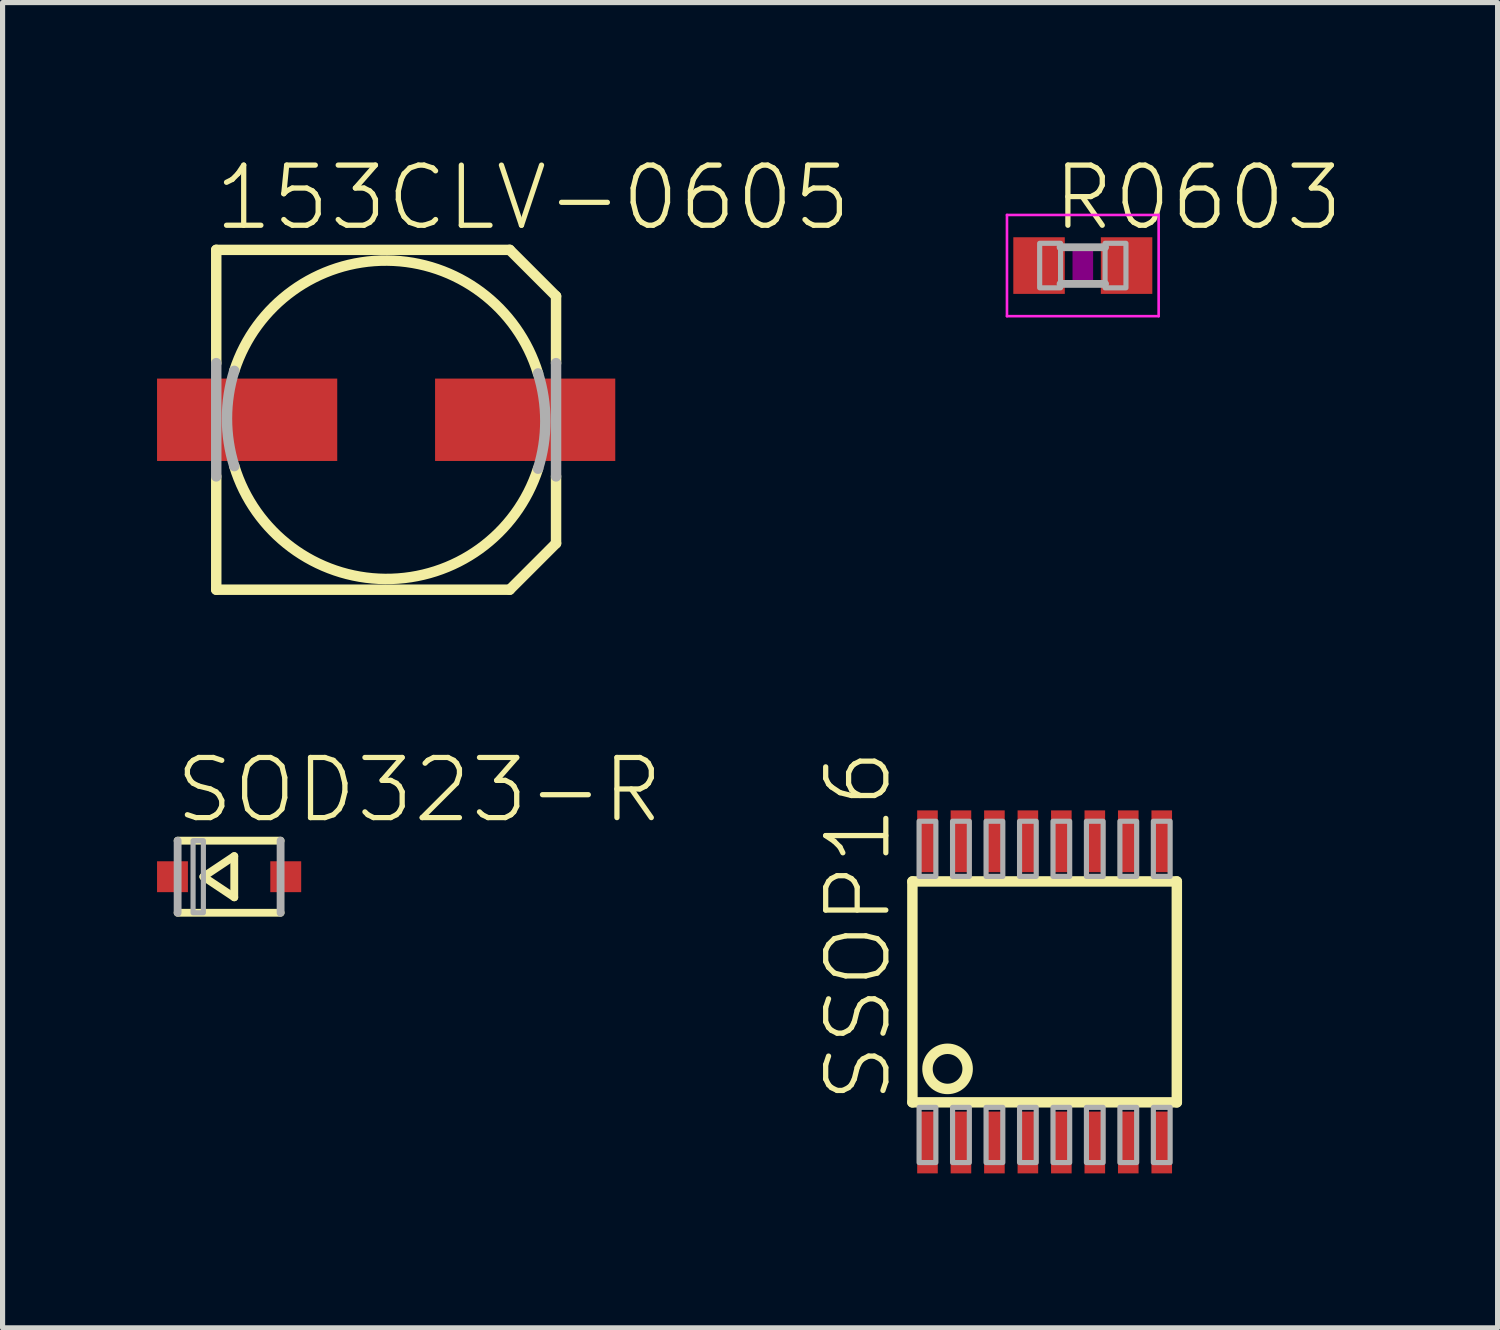
<source format=kicad_pcb>
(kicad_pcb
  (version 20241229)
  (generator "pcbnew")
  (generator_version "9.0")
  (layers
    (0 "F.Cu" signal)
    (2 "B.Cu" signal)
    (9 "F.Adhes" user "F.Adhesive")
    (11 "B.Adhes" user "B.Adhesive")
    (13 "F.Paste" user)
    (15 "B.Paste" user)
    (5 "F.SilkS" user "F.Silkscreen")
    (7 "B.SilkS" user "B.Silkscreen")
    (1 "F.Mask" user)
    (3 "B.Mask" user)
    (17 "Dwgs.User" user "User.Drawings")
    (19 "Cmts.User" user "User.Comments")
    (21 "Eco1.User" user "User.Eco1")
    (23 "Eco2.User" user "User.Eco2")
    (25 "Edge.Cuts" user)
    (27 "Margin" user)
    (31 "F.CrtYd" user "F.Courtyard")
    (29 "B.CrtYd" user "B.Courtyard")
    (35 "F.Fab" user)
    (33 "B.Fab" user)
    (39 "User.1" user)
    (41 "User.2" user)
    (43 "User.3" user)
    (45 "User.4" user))
  (footprint "R0603"
    (layer "F.Cu")
    (at 17.981 2.108)
    (property "Reference" "R0603" (at -0.635 -0.635 0) (layer "F.SilkS") (effects (font (size 1.168 1.168) (thickness 0.102)) (justify left bottom)))
    (fp_poly (pts (xy -0.2 0.4) (xy 0.2 0.4) (xy 0.2 -0.4) (xy -0.2 -0.4)) (stroke (width 0) (type solid)) (fill yes) (layer "F.Adhes"))
    (fp_line (start -1.473 -0.983) (end 1.473 -0.983) (stroke (width 0.051) (type solid)) (layer "F.CrtYd"))
    (fp_line (start -1.473 0.983) (end -1.473 -0.983) (stroke (width 0.051) (type solid)) (layer "F.CrtYd"))
    (fp_line (start 1.473 -0.983) (end 1.473 0.983) (stroke (width 0.051) (type solid)) (layer "F.CrtYd"))
    (fp_line (start 1.473 0.983) (end -1.473 0.983) (stroke (width 0.051) (type solid)) (layer "F.CrtYd"))
    (fp_line (start -0.432 0.356) (end 0.432 0.356) (stroke (width 0.152) (type solid)) (layer "F.Fab"))
    (fp_line (start 0.432 -0.356) (end -0.432 -0.356) (stroke (width 0.152) (type solid)) (layer "F.Fab"))
    (fp_poly (pts (xy -0.838 0.432) (xy -0.432 0.432) (xy -0.432 -0.432) (xy -0.838 -0.432)) (stroke (width 0.1) (type solid)) (fill no) (layer "F.Fab"))
    (fp_poly (pts (xy 0.432 0.432) (xy 0.838 0.432) (xy 0.838 -0.432) (xy 0.432 -0.432)) (stroke (width 0.1) (type solid)) (fill no) (layer "F.Fab"))
    (pad "1" smd rect (at -0.85 0) (size 1 1.1) (layers "F.Cu" "F.Mask" "F.Paste"))
    (pad "2" smd rect (at 0.85 0) (size 1 1.1) (layers "F.Cu" "F.Mask" "F.Paste")))
  (footprint "SOD323-R"
    (layer "F.Cu")
    (at 1.4 13.978)
    (property "Reference" "SOD323-R" (at -1.1 -1 0) (layer "F.SilkS") (effects (font (size 1.168 1.168) (thickness 0.102)) (justify left bottom)))
    (fp_line (start -1 -0.7) (end 1 -0.7) (stroke (width 0.152) (type solid)) (layer "F.SilkS"))
    (fp_line (start -0.5 0) (end 0.1 -0.4) (stroke (width 0.152) (type solid)) (layer "F.SilkS"))
    (fp_line (start 0.1 -0.4) (end 0.1 0.4) (stroke (width 0.152) (type solid)) (layer "F.SilkS"))
    (fp_line (start 0.1 0.4) (end -0.5 0) (stroke (width 0.152) (type solid)) (layer "F.SilkS"))
    (fp_line (start 1 0.7) (end -1 0.7) (stroke (width 0.152) (type solid)) (layer "F.SilkS"))
    (fp_line (start -1 0.7) (end -1 -0.7) (stroke (width 0.152) (type solid)) (layer "F.Fab"))
    (fp_line (start 1 -0.7) (end 1 0.7) (stroke (width 0.152) (type solid)) (layer "F.Fab"))
    (fp_poly (pts (xy -0.7 0.7) (xy -0.5 0.7) (xy -0.5 -0.7) (xy -0.7 -0.7)) (stroke (width 0.1) (type solid)) (fill no) (layer "F.Fab"))
    (pad "A" smd rect (at 1.1 0) (size 0.6 0.6) (layers "F.Cu" "F.Mask" "F.Paste"))
    (pad "C" smd rect (at -1.1 0) (size 0.6 0.6) (layers "F.Cu" "F.Mask" "F.Paste")))
  (footprint "153CLV-0605"
    (layer "F.Cu")
    (at 4.45 5.103)
    (property "Reference" "153CLV-0605" (at -3.39 -3.63 0) (layer "F.SilkS") (effects (font (size 1.168 1.168) (thickness 0.102)) (justify left bottom)))
    (fp_line (start -3.3 -3.3) (end 2.4 -3.3) (stroke (width 0.203) (type solid)) (layer "F.SilkS"))
    (fp_line (start -3.3 -1.1) (end -3.3 -3.3) (stroke (width 0.203) (type solid)) (layer "F.SilkS"))
    (fp_line (start -3.3 3.3) (end -3.3 1.1) (stroke (width 0.203) (type solid)) (layer "F.SilkS"))
    (fp_line (start 2.4 -3.3) (end 3.3 -2.4) (stroke (width 0.203) (type solid)) (layer "F.SilkS"))
    (fp_line (start 2.4 3.3) (end -3.3 3.3) (stroke (width 0.203) (type solid)) (layer "F.SilkS"))
    (fp_line (start 3.3 -2.4) (end 3.3 -1.1) (stroke (width 0.203) (type solid)) (layer "F.SilkS"))
    (fp_line (start 3.3 1.1) (end 3.3 2.4) (stroke (width 0.203) (type solid)) (layer "F.SilkS"))
    (fp_line (start 3.3 2.4) (end 2.4 3.3) (stroke (width 0.203) (type solid)) (layer "F.SilkS"))
    (fp_arc (start -2.95 -0.95) (mid 0.018362 -3.091623) (end 2.950002 -0.900001) (stroke (width 0.2032) (type solid)) (layer "F.SilkS"))
    (fp_arc (start 2.949998 0.949999) (mid -0.018362 3.09162) (end -2.95 0.9) (stroke (width 0.2032) (type solid)) (layer "F.SilkS"))
    (fp_line (start -3.3 1.1) (end -3.3 -1.1) (stroke (width 0.203) (type solid)) (layer "F.Fab"))
    (fp_line (start 3.3 -1.1) (end 3.3 1.1) (stroke (width 0.203) (type solid)) (layer "F.Fab"))
    (fp_arc (start -2.95 0.9) (mid -3.091622 -0.025) (end -2.95 -0.95) (stroke (width 0.2032) (type solid)) (layer "F.Fab"))
    (fp_arc (start 2.95 -0.9) (mid 3.091622 0.025) (end 2.95 0.95) (stroke (width 0.2032) (type solid)) (layer "F.Fab"))
    (pad "+" smd rect (at 2.7 0) (size 3.5 1.6) (layers "F.Cu" "F.Mask" "F.Paste"))
    (pad "-" smd rect (at -2.7 0) (size 3.5 1.6) (layers "F.Cu" "F.Mask" "F.Paste")))
  (footprint "SSOP16"
    (layer "F.Cu")
    (at 17.239 16.215)
    (property "Reference" "SSOP16" (at -2.936 2.204 90) (layer "F.SilkS") (effects (font (size 1.168 1.168) (thickness 0.102)) (justify left bottom)))
    (fp_line (start -2.568 -2.145) (end 2.568 -2.145) (stroke (width 0.203) (type solid)) (layer "F.SilkS"))
    (fp_line (start -2.568 2.145) (end -2.568 -2.145) (stroke (width 0.203) (type solid)) (layer "F.SilkS"))
    (fp_line (start 2.568 -2.145) (end 2.568 2.145) (stroke (width 0.203) (type solid)) (layer "F.SilkS"))
    (fp_line (start 2.568 2.145) (end -2.568 2.145) (stroke (width 0.203) (type solid)) (layer "F.SilkS"))
    (fp_circle (center -1.885 1.495) (end -1.495 1.495) (stroke (width 0.203) (type solid)) (fill no) (layer "F.SilkS"))
    (fp_poly (pts (xy -2.438 -2.243) (xy -2.112 -2.243) (xy -2.112 -3.315) (xy -2.438 -3.315)) (stroke (width 0.1) (type solid)) (fill no) (layer "F.Fab"))
    (fp_poly (pts (xy -2.438 3.315) (xy -2.112 3.315) (xy -2.112 2.243) (xy -2.438 2.243)) (stroke (width 0.1) (type solid)) (fill no) (layer "F.Fab"))
    (fp_poly (pts (xy -1.788 -2.243) (xy -1.462 -2.243) (xy -1.462 -3.315) (xy -1.788 -3.315)) (stroke (width 0.1) (type solid)) (fill no) (layer "F.Fab"))
    (fp_poly (pts (xy -1.788 3.315) (xy -1.462 3.315) (xy -1.462 2.243) (xy -1.788 2.243)) (stroke (width 0.1) (type solid)) (fill no) (layer "F.Fab"))
    (fp_poly (pts (xy -1.137 -2.243) (xy -0.812 -2.243) (xy -0.812 -3.315) (xy -1.137 -3.315)) (stroke (width 0.1) (type solid)) (fill no) (layer "F.Fab"))
    (fp_poly (pts (xy -1.137 3.315) (xy -0.812 3.315) (xy -0.812 2.243) (xy -1.137 2.243)) (stroke (width 0.1) (type solid)) (fill no) (layer "F.Fab"))
    (fp_poly (pts (xy -0.487 -2.243) (xy -0.163 -2.243) (xy -0.163 -3.315) (xy -0.487 -3.315)) (stroke (width 0.1) (type solid)) (fill no) (layer "F.Fab"))
    (fp_poly (pts (xy -0.487 3.315) (xy -0.163 3.315) (xy -0.163 2.243) (xy -0.487 2.243)) (stroke (width 0.1) (type solid)) (fill no) (layer "F.Fab"))
    (fp_poly (pts (xy 0.163 -2.243) (xy 0.487 -2.243) (xy 0.487 -3.315) (xy 0.163 -3.315)) (stroke (width 0.1) (type solid)) (fill no) (layer "F.Fab"))
    (fp_poly (pts (xy 0.163 3.315) (xy 0.487 3.315) (xy 0.487 2.243) (xy 0.163 2.243)) (stroke (width 0.1) (type solid)) (fill no) (layer "F.Fab"))
    (fp_poly (pts (xy 0.812 -2.243) (xy 1.137 -2.243) (xy 1.137 -3.315) (xy 0.812 -3.315)) (stroke (width 0.1) (type solid)) (fill no) (layer "F.Fab"))
    (fp_poly (pts (xy 0.812 3.315) (xy 1.137 3.315) (xy 1.137 2.243) (xy 0.812 2.243)) (stroke (width 0.1) (type solid)) (fill no) (layer "F.Fab"))
    (fp_poly (pts (xy 1.462 -2.243) (xy 1.788 -2.243) (xy 1.788 -3.315) (xy 1.462 -3.315)) (stroke (width 0.1) (type solid)) (fill no) (layer "F.Fab"))
    (fp_poly (pts (xy 1.462 3.315) (xy 1.788 3.315) (xy 1.788 2.243) (xy 1.462 2.243)) (stroke (width 0.1) (type solid)) (fill no) (layer "F.Fab"))
    (fp_poly (pts (xy 2.112 -2.243) (xy 2.438 -2.243) (xy 2.438 -3.315) (xy 2.112 -3.315)) (stroke (width 0.1) (type solid)) (fill no) (layer "F.Fab"))
    (fp_poly (pts (xy 2.112 3.315) (xy 2.438 3.315) (xy 2.438 2.243) (xy 2.112 2.243)) (stroke (width 0.1) (type solid)) (fill no) (layer "F.Fab"))
    (pad "1" smd rect (at -2.275 2.925) (size 0.4 1.2) (layers "F.Cu" "F.Mask" "F.Paste"))
    (pad "2" smd rect (at -1.625 2.925) (size 0.4 1.2) (layers "F.Cu" "F.Mask" "F.Paste"))
    (pad "3" smd rect (at -0.975 2.925) (size 0.4 1.2) (layers "F.Cu" "F.Mask" "F.Paste"))
    (pad "4" smd rect (at -0.325 2.925) (size 0.4 1.2) (layers "F.Cu" "F.Mask" "F.Paste"))
    (pad "5" smd rect (at 0.325 2.925) (size 0.4 1.2) (layers "F.Cu" "F.Mask" "F.Paste"))
    (pad "6" smd rect (at 0.975 2.925) (size 0.4 1.2) (layers "F.Cu" "F.Mask" "F.Paste"))
    (pad "7" smd rect (at 1.625 2.925) (size 0.4 1.2) (layers "F.Cu" "F.Mask" "F.Paste"))
    (pad "8" smd rect (at 2.275 2.925) (size 0.4 1.2) (layers "F.Cu" "F.Mask" "F.Paste"))
    (pad "9" smd rect (at 2.275 -2.925) (size 0.4 1.2) (layers "F.Cu" "F.Mask" "F.Paste"))
    (pad "10" smd rect (at 1.625 -2.925) (size 0.4 1.2) (layers "F.Cu" "F.Mask" "F.Paste"))
    (pad "11" smd rect (at 0.975 -2.925) (size 0.4 1.2) (layers "F.Cu" "F.Mask" "F.Paste"))
    (pad "12" smd rect (at 0.325 -2.925) (size 0.4 1.2) (layers "F.Cu" "F.Mask" "F.Paste"))
    (pad "13" smd rect (at -0.325 -2.925) (size 0.4 1.2) (layers "F.Cu" "F.Mask" "F.Paste"))
    (pad "14" smd rect (at -0.975 -2.925) (size 0.4 1.2) (layers "F.Cu" "F.Mask" "F.Paste"))
    (pad "15" smd rect (at -1.625 -2.925) (size 0.4 1.2) (layers "F.Cu" "F.Mask" "F.Paste"))
    (pad "16" smd rect (at -2.275 -2.925) (size 0.4 1.2) (layers "F.Cu" "F.Mask" "F.Paste")))
  (gr_rect
    (start -3 -3)
    (end 26.037 22.74)
    (stroke (width 0.1) (type default))
    (fill no)
    (layer "Edge.Cuts")))
</source>
